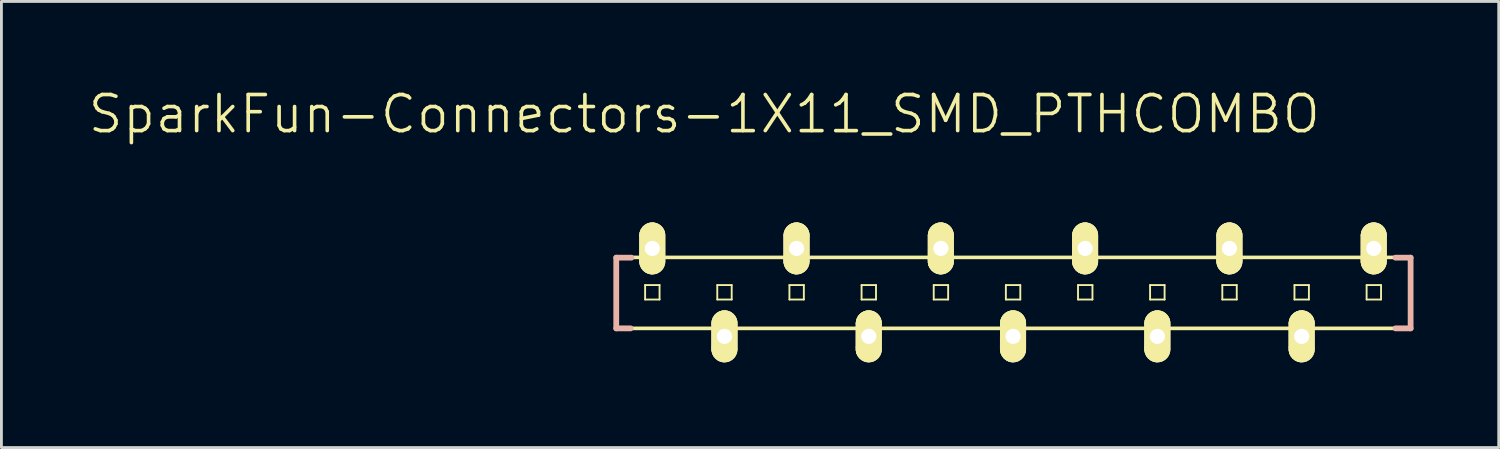
<source format=kicad_pcb>
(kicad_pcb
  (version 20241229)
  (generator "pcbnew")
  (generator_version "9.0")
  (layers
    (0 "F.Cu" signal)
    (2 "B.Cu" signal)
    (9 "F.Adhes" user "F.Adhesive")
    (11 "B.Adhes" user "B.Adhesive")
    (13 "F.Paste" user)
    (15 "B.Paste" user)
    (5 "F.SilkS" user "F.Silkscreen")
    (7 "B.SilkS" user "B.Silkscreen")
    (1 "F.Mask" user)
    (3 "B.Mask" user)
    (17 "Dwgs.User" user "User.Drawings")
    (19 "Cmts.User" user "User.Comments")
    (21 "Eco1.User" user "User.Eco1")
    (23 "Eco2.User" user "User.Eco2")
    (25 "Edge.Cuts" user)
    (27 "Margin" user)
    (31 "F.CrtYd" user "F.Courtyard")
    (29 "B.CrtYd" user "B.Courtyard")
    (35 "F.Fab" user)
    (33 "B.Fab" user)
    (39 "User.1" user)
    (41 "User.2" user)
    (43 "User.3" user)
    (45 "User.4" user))
  (footprint "SparkFun-Connectors-1X11_SMD_PTHCOMBO"
    (layer "F.Cu")
    (at 19.915 7.24)
    (property "Reference" "SparkFun-Connectors-1X11_SMD_PTHCOMBO" (at 1.829 -6.274 0) (layer "F.SilkS") (effects (font (size 1.27 1.27) (thickness 0.127))))
    (attr exclude_from_pos_files exclude_from_bom)
    (fp_line (start -1.27 -1.229) (end 26.67 -1.229) (stroke (width 0.127) (type solid)) (layer "F.SilkS"))
    (fp_line (start -1.27 1.27) (end -1.27 -1.229) (stroke (width 0.127) (type solid)) (layer "F.SilkS"))
    (fp_line (start -1.27 1.27) (end 26.67 1.27) (stroke (width 0.127) (type solid)) (layer "F.SilkS"))
    (fp_line (start -0.399 -1.148) (end -0.396 -1.057) (stroke (width 0.127) (type solid)) (layer "F.SilkS"))
    (fp_line (start -0.396 -2.004) (end -0.399 -1.148) (stroke (width 0.127) (type solid)) (layer "F.SilkS"))
    (fp_line (start -0.396 -1.057) (end -0.376 -0.965) (stroke (width 0.127) (type solid)) (layer "F.SilkS"))
    (fp_line (start -0.384 -2.093) (end -0.396 -2.004) (stroke (width 0.127) (type solid)) (layer "F.SilkS"))
    (fp_line (start -0.376 -0.965) (end -0.333 -0.884) (stroke (width 0.127) (type solid)) (layer "F.SilkS"))
    (fp_line (start -0.351 -2.177) (end -0.384 -2.093) (stroke (width 0.127) (type solid)) (layer "F.SilkS"))
    (fp_line (start -0.333 -0.884) (end -0.274 -0.81) (stroke (width 0.127) (type solid)) (layer "F.SilkS"))
    (fp_line (start -0.3 -2.253) (end -0.351 -2.177) (stroke (width 0.127) (type solid)) (layer "F.SilkS"))
    (fp_line (start -0.274 -0.81) (end -0.201 -0.754) (stroke (width 0.127) (type solid)) (layer "F.SilkS"))
    (fp_line (start -0.254 -0.254) (end 0.254 -0.254) (stroke (width 0.066) (type solid)) (layer "F.SilkS"))
    (fp_line (start -0.254 0.254) (end -0.254 -0.254) (stroke (width 0.066) (type solid)) (layer "F.SilkS"))
    (fp_line (start -0.254 0.254) (end 0.254 0.254) (stroke (width 0.066) (type solid)) (layer "F.SilkS"))
    (fp_line (start -0.234 -2.314) (end -0.3 -2.253) (stroke (width 0.127) (type solid)) (layer "F.SilkS"))
    (fp_line (start -0.201 -0.754) (end -0.117 -0.714) (stroke (width 0.127) (type solid)) (layer "F.SilkS"))
    (fp_line (start -0.155 -2.36) (end -0.234 -2.314) (stroke (width 0.127) (type solid)) (layer "F.SilkS"))
    (fp_line (start -0.117 -0.714) (end -0.028 -0.696) (stroke (width 0.127) (type solid)) (layer "F.SilkS"))
    (fp_line (start -0.069 -2.388) (end -0.155 -2.36) (stroke (width 0.127) (type solid)) (layer "F.SilkS"))
    (fp_line (start -0.028 -0.696) (end 0.061 -0.704) (stroke (width 0.127) (type solid)) (layer "F.SilkS"))
    (fp_line (start 0.02 -2.395) (end -0.069 -2.388) (stroke (width 0.127) (type solid)) (layer "F.SilkS"))
    (fp_line (start 0.061 -0.704) (end 0.15 -0.732) (stroke (width 0.127) (type solid)) (layer "F.SilkS"))
    (fp_line (start 0.107 -2.377) (end 0.02 -2.395) (stroke (width 0.127) (type solid)) (layer "F.SilkS"))
    (fp_line (start 0.15 -0.732) (end 0.229 -0.78) (stroke (width 0.127) (type solid)) (layer "F.SilkS"))
    (fp_line (start 0.188 -2.344) (end 0.107 -2.377) (stroke (width 0.127) (type solid)) (layer "F.SilkS"))
    (fp_line (start 0.229 -0.78) (end 0.295 -0.843) (stroke (width 0.127) (type solid)) (layer "F.SilkS"))
    (fp_line (start 0.254 0.254) (end 0.254 -0.254) (stroke (width 0.066) (type solid)) (layer "F.SilkS"))
    (fp_line (start 0.259 -2.291) (end 0.188 -2.344) (stroke (width 0.127) (type solid)) (layer "F.SilkS"))
    (fp_line (start 0.295 -0.843) (end 0.343 -0.922) (stroke (width 0.127) (type solid)) (layer "F.SilkS"))
    (fp_line (start 0.318 -2.225) (end 0.259 -2.291) (stroke (width 0.127) (type solid)) (layer "F.SilkS"))
    (fp_line (start 0.343 -0.922) (end 0.376 -1.008) (stroke (width 0.127) (type solid)) (layer "F.SilkS"))
    (fp_line (start 0.358 -2.149) (end 0.318 -2.225) (stroke (width 0.127) (type solid)) (layer "F.SilkS"))
    (fp_line (start 0.376 -1.008) (end 0.386 -1.097) (stroke (width 0.127) (type solid)) (layer "F.SilkS"))
    (fp_line (start 0.384 -2.062) (end 0.358 -2.149) (stroke (width 0.127) (type solid)) (layer "F.SilkS"))
    (fp_line (start 0.386 -1.976) (end 0.384 -2.062) (stroke (width 0.127) (type solid)) (layer "F.SilkS"))
    (fp_line (start 0.386 -1.097) (end 0.386 -1.976) (stroke (width 0.127) (type solid)) (layer "F.SilkS"))
    (fp_line (start 2.141 1.946) (end 2.144 2.037) (stroke (width 0.127) (type solid)) (layer "F.SilkS"))
    (fp_line (start 2.144 1.09) (end 2.141 1.946) (stroke (width 0.127) (type solid)) (layer "F.SilkS"))
    (fp_line (start 2.144 2.037) (end 2.164 2.129) (stroke (width 0.127) (type solid)) (layer "F.SilkS"))
    (fp_line (start 2.156 1.001) (end 2.144 1.09) (stroke (width 0.127) (type solid)) (layer "F.SilkS"))
    (fp_line (start 2.164 2.129) (end 2.207 2.21) (stroke (width 0.127) (type solid)) (layer "F.SilkS"))
    (fp_line (start 2.189 0.917) (end 2.156 1.001) (stroke (width 0.127) (type solid)) (layer "F.SilkS"))
    (fp_line (start 2.207 2.21) (end 2.266 2.283) (stroke (width 0.127) (type solid)) (layer "F.SilkS"))
    (fp_line (start 2.24 0.841) (end 2.189 0.917) (stroke (width 0.127) (type solid)) (layer "F.SilkS"))
    (fp_line (start 2.266 2.283) (end 2.339 2.339) (stroke (width 0.127) (type solid)) (layer "F.SilkS"))
    (fp_line (start 2.286 -0.254) (end 2.794 -0.254) (stroke (width 0.066) (type solid)) (layer "F.SilkS"))
    (fp_line (start 2.286 0.254) (end 2.286 -0.254) (stroke (width 0.066) (type solid)) (layer "F.SilkS"))
    (fp_line (start 2.286 0.254) (end 2.794 0.254) (stroke (width 0.066) (type solid)) (layer "F.SilkS"))
    (fp_line (start 2.306 0.78) (end 2.24 0.841) (stroke (width 0.127) (type solid)) (layer "F.SilkS"))
    (fp_line (start 2.339 2.339) (end 2.423 2.38) (stroke (width 0.127) (type solid)) (layer "F.SilkS"))
    (fp_line (start 2.385 0.734) (end 2.306 0.78) (stroke (width 0.127) (type solid)) (layer "F.SilkS"))
    (fp_line (start 2.423 2.38) (end 2.512 2.398) (stroke (width 0.127) (type solid)) (layer "F.SilkS"))
    (fp_line (start 2.471 0.706) (end 2.385 0.734) (stroke (width 0.127) (type solid)) (layer "F.SilkS"))
    (fp_line (start 2.512 2.398) (end 2.603 2.39) (stroke (width 0.127) (type solid)) (layer "F.SilkS"))
    (fp_line (start 2.563 0.699) (end 2.471 0.706) (stroke (width 0.127) (type solid)) (layer "F.SilkS"))
    (fp_line (start 2.603 2.39) (end 2.692 2.362) (stroke (width 0.127) (type solid)) (layer "F.SilkS"))
    (fp_line (start 2.649 0.716) (end 2.563 0.699) (stroke (width 0.127) (type solid)) (layer "F.SilkS"))
    (fp_line (start 2.692 2.362) (end 2.771 2.314) (stroke (width 0.127) (type solid)) (layer "F.SilkS"))
    (fp_line (start 2.731 0.749) (end 2.649 0.716) (stroke (width 0.127) (type solid)) (layer "F.SilkS"))
    (fp_line (start 2.771 2.314) (end 2.837 2.25) (stroke (width 0.127) (type solid)) (layer "F.SilkS"))
    (fp_line (start 2.794 0.254) (end 2.794 -0.254) (stroke (width 0.066) (type solid)) (layer "F.SilkS"))
    (fp_line (start 2.802 0.803) (end 2.731 0.749) (stroke (width 0.127) (type solid)) (layer "F.SilkS"))
    (fp_line (start 2.837 2.25) (end 2.885 2.172) (stroke (width 0.127) (type solid)) (layer "F.SilkS"))
    (fp_line (start 2.86 0.869) (end 2.802 0.803) (stroke (width 0.127) (type solid)) (layer "F.SilkS"))
    (fp_line (start 2.885 2.172) (end 2.918 2.085) (stroke (width 0.127) (type solid)) (layer "F.SilkS"))
    (fp_line (start 2.901 0.945) (end 2.86 0.869) (stroke (width 0.127) (type solid)) (layer "F.SilkS"))
    (fp_line (start 2.918 2.085) (end 2.929 1.996) (stroke (width 0.127) (type solid)) (layer "F.SilkS"))
    (fp_line (start 2.926 1.031) (end 2.901 0.945) (stroke (width 0.127) (type solid)) (layer "F.SilkS"))
    (fp_line (start 2.929 1.118) (end 2.926 1.031) (stroke (width 0.127) (type solid)) (layer "F.SilkS"))
    (fp_line (start 2.929 1.996) (end 2.929 1.118) (stroke (width 0.127) (type solid)) (layer "F.SilkS"))
    (fp_line (start 4.679 -1.148) (end 4.681 -1.057) (stroke (width 0.127) (type solid)) (layer "F.SilkS"))
    (fp_line (start 4.681 -2.004) (end 4.679 -1.148) (stroke (width 0.127) (type solid)) (layer "F.SilkS"))
    (fp_line (start 4.681 -1.057) (end 4.702 -0.965) (stroke (width 0.127) (type solid)) (layer "F.SilkS"))
    (fp_line (start 4.694 -2.093) (end 4.681 -2.004) (stroke (width 0.127) (type solid)) (layer "F.SilkS"))
    (fp_line (start 4.702 -0.965) (end 4.745 -0.884) (stroke (width 0.127) (type solid)) (layer "F.SilkS"))
    (fp_line (start 4.727 -2.177) (end 4.694 -2.093) (stroke (width 0.127) (type solid)) (layer "F.SilkS"))
    (fp_line (start 4.745 -0.884) (end 4.803 -0.81) (stroke (width 0.127) (type solid)) (layer "F.SilkS"))
    (fp_line (start 4.778 -2.253) (end 4.727 -2.177) (stroke (width 0.127) (type solid)) (layer "F.SilkS"))
    (fp_line (start 4.803 -0.81) (end 4.877 -0.754) (stroke (width 0.127) (type solid)) (layer "F.SilkS"))
    (fp_line (start 4.826 -0.254) (end 5.334 -0.254) (stroke (width 0.066) (type solid)) (layer "F.SilkS"))
    (fp_line (start 4.826 0.254) (end 4.826 -0.254) (stroke (width 0.066) (type solid)) (layer "F.SilkS"))
    (fp_line (start 4.826 0.254) (end 5.334 0.254) (stroke (width 0.066) (type solid)) (layer "F.SilkS"))
    (fp_line (start 4.844 -2.314) (end 4.778 -2.253) (stroke (width 0.127) (type solid)) (layer "F.SilkS"))
    (fp_line (start 4.877 -0.754) (end 4.961 -0.714) (stroke (width 0.127) (type solid)) (layer "F.SilkS"))
    (fp_line (start 4.923 -2.36) (end 4.844 -2.314) (stroke (width 0.127) (type solid)) (layer "F.SilkS"))
    (fp_line (start 4.961 -0.714) (end 5.05 -0.696) (stroke (width 0.127) (type solid)) (layer "F.SilkS"))
    (fp_line (start 5.009 -2.388) (end 4.923 -2.36) (stroke (width 0.127) (type solid)) (layer "F.SilkS"))
    (fp_line (start 5.05 -0.696) (end 5.141 -0.704) (stroke (width 0.127) (type solid)) (layer "F.SilkS"))
    (fp_line (start 5.1 -2.395) (end 5.009 -2.388) (stroke (width 0.127) (type solid)) (layer "F.SilkS"))
    (fp_line (start 5.141 -0.704) (end 5.23 -0.732) (stroke (width 0.127) (type solid)) (layer "F.SilkS"))
    (fp_line (start 5.187 -2.377) (end 5.1 -2.395) (stroke (width 0.127) (type solid)) (layer "F.SilkS"))
    (fp_line (start 5.23 -0.732) (end 5.309 -0.78) (stroke (width 0.127) (type solid)) (layer "F.SilkS"))
    (fp_line (start 5.268 -2.344) (end 5.187 -2.377) (stroke (width 0.127) (type solid)) (layer "F.SilkS"))
    (fp_line (start 5.309 -0.78) (end 5.375 -0.843) (stroke (width 0.127) (type solid)) (layer "F.SilkS"))
    (fp_line (start 5.334 0.254) (end 5.334 -0.254) (stroke (width 0.066) (type solid)) (layer "F.SilkS"))
    (fp_line (start 5.339 -2.291) (end 5.268 -2.344) (stroke (width 0.127) (type solid)) (layer "F.SilkS"))
    (fp_line (start 5.375 -0.843) (end 5.423 -0.922) (stroke (width 0.127) (type solid)) (layer "F.SilkS"))
    (fp_line (start 5.397 -2.225) (end 5.339 -2.291) (stroke (width 0.127) (type solid)) (layer "F.SilkS"))
    (fp_line (start 5.423 -0.922) (end 5.456 -1.008) (stroke (width 0.127) (type solid)) (layer "F.SilkS"))
    (fp_line (start 5.438 -2.149) (end 5.397 -2.225) (stroke (width 0.127) (type solid)) (layer "F.SilkS"))
    (fp_line (start 5.456 -1.008) (end 5.466 -1.097) (stroke (width 0.127) (type solid)) (layer "F.SilkS"))
    (fp_line (start 5.464 -2.062) (end 5.438 -2.149) (stroke (width 0.127) (type solid)) (layer "F.SilkS"))
    (fp_line (start 5.466 -1.976) (end 5.464 -2.062) (stroke (width 0.127) (type solid)) (layer "F.SilkS"))
    (fp_line (start 5.466 -1.097) (end 5.466 -1.976) (stroke (width 0.127) (type solid)) (layer "F.SilkS"))
    (fp_line (start 7.221 1.946) (end 7.224 2.037) (stroke (width 0.127) (type solid)) (layer "F.SilkS"))
    (fp_line (start 7.224 1.09) (end 7.221 1.946) (stroke (width 0.127) (type solid)) (layer "F.SilkS"))
    (fp_line (start 7.224 2.037) (end 7.244 2.129) (stroke (width 0.127) (type solid)) (layer "F.SilkS"))
    (fp_line (start 7.236 1.001) (end 7.224 1.09) (stroke (width 0.127) (type solid)) (layer "F.SilkS"))
    (fp_line (start 7.244 2.129) (end 7.287 2.21) (stroke (width 0.127) (type solid)) (layer "F.SilkS"))
    (fp_line (start 7.269 0.917) (end 7.236 1.001) (stroke (width 0.127) (type solid)) (layer "F.SilkS"))
    (fp_line (start 7.287 2.21) (end 7.346 2.283) (stroke (width 0.127) (type solid)) (layer "F.SilkS"))
    (fp_line (start 7.32 0.841) (end 7.269 0.917) (stroke (width 0.127) (type solid)) (layer "F.SilkS"))
    (fp_line (start 7.346 2.283) (end 7.419 2.339) (stroke (width 0.127) (type solid)) (layer "F.SilkS"))
    (fp_line (start 7.366 -0.254) (end 7.874 -0.254) (stroke (width 0.066) (type solid)) (layer "F.SilkS"))
    (fp_line (start 7.366 0.254) (end 7.366 -0.254) (stroke (width 0.066) (type solid)) (layer "F.SilkS"))
    (fp_line (start 7.366 0.254) (end 7.874 0.254) (stroke (width 0.066) (type solid)) (layer "F.SilkS"))
    (fp_line (start 7.386 0.78) (end 7.32 0.841) (stroke (width 0.127) (type solid)) (layer "F.SilkS"))
    (fp_line (start 7.419 2.339) (end 7.503 2.38) (stroke (width 0.127) (type solid)) (layer "F.SilkS"))
    (fp_line (start 7.465 0.734) (end 7.386 0.78) (stroke (width 0.127) (type solid)) (layer "F.SilkS"))
    (fp_line (start 7.503 2.38) (end 7.592 2.398) (stroke (width 0.127) (type solid)) (layer "F.SilkS"))
    (fp_line (start 7.551 0.706) (end 7.465 0.734) (stroke (width 0.127) (type solid)) (layer "F.SilkS"))
    (fp_line (start 7.592 2.398) (end 7.684 2.39) (stroke (width 0.127) (type solid)) (layer "F.SilkS"))
    (fp_line (start 7.643 0.699) (end 7.551 0.706) (stroke (width 0.127) (type solid)) (layer "F.SilkS"))
    (fp_line (start 7.684 2.39) (end 7.772 2.362) (stroke (width 0.127) (type solid)) (layer "F.SilkS"))
    (fp_line (start 7.729 0.716) (end 7.643 0.699) (stroke (width 0.127) (type solid)) (layer "F.SilkS"))
    (fp_line (start 7.772 2.362) (end 7.851 2.314) (stroke (width 0.127) (type solid)) (layer "F.SilkS"))
    (fp_line (start 7.811 0.749) (end 7.729 0.716) (stroke (width 0.127) (type solid)) (layer "F.SilkS"))
    (fp_line (start 7.851 2.314) (end 7.917 2.25) (stroke (width 0.127) (type solid)) (layer "F.SilkS"))
    (fp_line (start 7.874 0.254) (end 7.874 -0.254) (stroke (width 0.066) (type solid)) (layer "F.SilkS"))
    (fp_line (start 7.882 0.803) (end 7.811 0.749) (stroke (width 0.127) (type solid)) (layer "F.SilkS"))
    (fp_line (start 7.917 2.25) (end 7.965 2.172) (stroke (width 0.127) (type solid)) (layer "F.SilkS"))
    (fp_line (start 7.94 0.869) (end 7.882 0.803) (stroke (width 0.127) (type solid)) (layer "F.SilkS"))
    (fp_line (start 7.965 2.172) (end 7.998 2.085) (stroke (width 0.127) (type solid)) (layer "F.SilkS"))
    (fp_line (start 7.981 0.945) (end 7.94 0.869) (stroke (width 0.127) (type solid)) (layer "F.SilkS"))
    (fp_line (start 7.998 2.085) (end 8.009 1.996) (stroke (width 0.127) (type solid)) (layer "F.SilkS"))
    (fp_line (start 8.006 1.031) (end 7.981 0.945) (stroke (width 0.127) (type solid)) (layer "F.SilkS"))
    (fp_line (start 8.009 1.118) (end 8.006 1.031) (stroke (width 0.127) (type solid)) (layer "F.SilkS"))
    (fp_line (start 8.009 1.996) (end 8.009 1.118) (stroke (width 0.127) (type solid)) (layer "F.SilkS"))
    (fp_line (start 9.759 -1.148) (end 9.761 -1.057) (stroke (width 0.127) (type solid)) (layer "F.SilkS"))
    (fp_line (start 9.761 -2.004) (end 9.759 -1.148) (stroke (width 0.127) (type solid)) (layer "F.SilkS"))
    (fp_line (start 9.761 -1.057) (end 9.782 -0.965) (stroke (width 0.127) (type solid)) (layer "F.SilkS"))
    (fp_line (start 9.774 -2.093) (end 9.761 -2.004) (stroke (width 0.127) (type solid)) (layer "F.SilkS"))
    (fp_line (start 9.782 -0.965) (end 9.825 -0.884) (stroke (width 0.127) (type solid)) (layer "F.SilkS"))
    (fp_line (start 9.807 -2.177) (end 9.774 -2.093) (stroke (width 0.127) (type solid)) (layer "F.SilkS"))
    (fp_line (start 9.825 -0.884) (end 9.883 -0.81) (stroke (width 0.127) (type solid)) (layer "F.SilkS"))
    (fp_line (start 9.858 -2.253) (end 9.807 -2.177) (stroke (width 0.127) (type solid)) (layer "F.SilkS"))
    (fp_line (start 9.883 -0.81) (end 9.957 -0.754) (stroke (width 0.127) (type solid)) (layer "F.SilkS"))
    (fp_line (start 9.906 -0.254) (end 10.414 -0.254) (stroke (width 0.066) (type solid)) (layer "F.SilkS"))
    (fp_line (start 9.906 0.254) (end 9.906 -0.254) (stroke (width 0.066) (type solid)) (layer "F.SilkS"))
    (fp_line (start 9.906 0.254) (end 10.414 0.254) (stroke (width 0.066) (type solid)) (layer "F.SilkS"))
    (fp_line (start 9.924 -2.314) (end 9.858 -2.253) (stroke (width 0.127) (type solid)) (layer "F.SilkS"))
    (fp_line (start 9.957 -0.754) (end 10.041 -0.714) (stroke (width 0.127) (type solid)) (layer "F.SilkS"))
    (fp_line (start 10.003 -2.36) (end 9.924 -2.314) (stroke (width 0.127) (type solid)) (layer "F.SilkS"))
    (fp_line (start 10.041 -0.714) (end 10.13 -0.696) (stroke (width 0.127) (type solid)) (layer "F.SilkS"))
    (fp_line (start 10.089 -2.388) (end 10.003 -2.36) (stroke (width 0.127) (type solid)) (layer "F.SilkS"))
    (fp_line (start 10.13 -0.696) (end 10.221 -0.704) (stroke (width 0.127) (type solid)) (layer "F.SilkS"))
    (fp_line (start 10.18 -2.395) (end 10.089 -2.388) (stroke (width 0.127) (type solid)) (layer "F.SilkS"))
    (fp_line (start 10.221 -0.704) (end 10.31 -0.732) (stroke (width 0.127) (type solid)) (layer "F.SilkS"))
    (fp_line (start 10.267 -2.377) (end 10.18 -2.395) (stroke (width 0.127) (type solid)) (layer "F.SilkS"))
    (fp_line (start 10.31 -0.732) (end 10.389 -0.78) (stroke (width 0.127) (type solid)) (layer "F.SilkS"))
    (fp_line (start 10.348 -2.344) (end 10.267 -2.377) (stroke (width 0.127) (type solid)) (layer "F.SilkS"))
    (fp_line (start 10.389 -0.78) (end 10.455 -0.843) (stroke (width 0.127) (type solid)) (layer "F.SilkS"))
    (fp_line (start 10.414 0.254) (end 10.414 -0.254) (stroke (width 0.066) (type solid)) (layer "F.SilkS"))
    (fp_line (start 10.419 -2.291) (end 10.348 -2.344) (stroke (width 0.127) (type solid)) (layer "F.SilkS"))
    (fp_line (start 10.455 -0.843) (end 10.503 -0.922) (stroke (width 0.127) (type solid)) (layer "F.SilkS"))
    (fp_line (start 10.477 -2.225) (end 10.419 -2.291) (stroke (width 0.127) (type solid)) (layer "F.SilkS"))
    (fp_line (start 10.503 -0.922) (end 10.536 -1.008) (stroke (width 0.127) (type solid)) (layer "F.SilkS"))
    (fp_line (start 10.518 -2.149) (end 10.477 -2.225) (stroke (width 0.127) (type solid)) (layer "F.SilkS"))
    (fp_line (start 10.536 -1.008) (end 10.546 -1.097) (stroke (width 0.127) (type solid)) (layer "F.SilkS"))
    (fp_line (start 10.544 -2.062) (end 10.518 -2.149) (stroke (width 0.127) (type solid)) (layer "F.SilkS"))
    (fp_line (start 10.546 -1.976) (end 10.544 -2.062) (stroke (width 0.127) (type solid)) (layer "F.SilkS"))
    (fp_line (start 10.546 -1.097) (end 10.546 -1.976) (stroke (width 0.127) (type solid)) (layer "F.SilkS"))
    (fp_line (start 12.301 1.946) (end 12.304 2.037) (stroke (width 0.127) (type solid)) (layer "F.SilkS"))
    (fp_line (start 12.304 1.09) (end 12.301 1.946) (stroke (width 0.127) (type solid)) (layer "F.SilkS"))
    (fp_line (start 12.304 2.037) (end 12.324 2.129) (stroke (width 0.127) (type solid)) (layer "F.SilkS"))
    (fp_line (start 12.316 1.001) (end 12.304 1.09) (stroke (width 0.127) (type solid)) (layer "F.SilkS"))
    (fp_line (start 12.324 2.129) (end 12.367 2.21) (stroke (width 0.127) (type solid)) (layer "F.SilkS"))
    (fp_line (start 12.349 0.917) (end 12.316 1.001) (stroke (width 0.127) (type solid)) (layer "F.SilkS"))
    (fp_line (start 12.367 2.21) (end 12.426 2.283) (stroke (width 0.127) (type solid)) (layer "F.SilkS"))
    (fp_line (start 12.4 0.841) (end 12.349 0.917) (stroke (width 0.127) (type solid)) (layer "F.SilkS"))
    (fp_line (start 12.426 2.283) (end 12.499 2.339) (stroke (width 0.127) (type solid)) (layer "F.SilkS"))
    (fp_line (start 12.446 -0.254) (end 12.954 -0.254) (stroke (width 0.066) (type solid)) (layer "F.SilkS"))
    (fp_line (start 12.446 0.254) (end 12.446 -0.254) (stroke (width 0.066) (type solid)) (layer "F.SilkS"))
    (fp_line (start 12.446 0.254) (end 12.954 0.254) (stroke (width 0.066) (type solid)) (layer "F.SilkS"))
    (fp_line (start 12.466 0.78) (end 12.4 0.841) (stroke (width 0.127) (type solid)) (layer "F.SilkS"))
    (fp_line (start 12.499 2.339) (end 12.583 2.38) (stroke (width 0.127) (type solid)) (layer "F.SilkS"))
    (fp_line (start 12.545 0.734) (end 12.466 0.78) (stroke (width 0.127) (type solid)) (layer "F.SilkS"))
    (fp_line (start 12.583 2.38) (end 12.672 2.398) (stroke (width 0.127) (type solid)) (layer "F.SilkS"))
    (fp_line (start 12.631 0.706) (end 12.545 0.734) (stroke (width 0.127) (type solid)) (layer "F.SilkS"))
    (fp_line (start 12.672 2.398) (end 12.764 2.39) (stroke (width 0.127) (type solid)) (layer "F.SilkS"))
    (fp_line (start 12.723 0.699) (end 12.631 0.706) (stroke (width 0.127) (type solid)) (layer "F.SilkS"))
    (fp_line (start 12.764 2.39) (end 12.852 2.362) (stroke (width 0.127) (type solid)) (layer "F.SilkS"))
    (fp_line (start 12.809 0.716) (end 12.723 0.699) (stroke (width 0.127) (type solid)) (layer "F.SilkS"))
    (fp_line (start 12.852 2.362) (end 12.931 2.314) (stroke (width 0.127) (type solid)) (layer "F.SilkS"))
    (fp_line (start 12.89 0.749) (end 12.809 0.716) (stroke (width 0.127) (type solid)) (layer "F.SilkS"))
    (fp_line (start 12.931 2.314) (end 12.997 2.25) (stroke (width 0.127) (type solid)) (layer "F.SilkS"))
    (fp_line (start 12.954 0.254) (end 12.954 -0.254) (stroke (width 0.066) (type solid)) (layer "F.SilkS"))
    (fp_line (start 12.962 0.803) (end 12.89 0.749) (stroke (width 0.127) (type solid)) (layer "F.SilkS"))
    (fp_line (start 12.997 2.25) (end 13.045 2.172) (stroke (width 0.127) (type solid)) (layer "F.SilkS"))
    (fp_line (start 13.02 0.869) (end 12.962 0.803) (stroke (width 0.127) (type solid)) (layer "F.SilkS"))
    (fp_line (start 13.045 2.172) (end 13.078 2.085) (stroke (width 0.127) (type solid)) (layer "F.SilkS"))
    (fp_line (start 13.061 0.945) (end 13.02 0.869) (stroke (width 0.127) (type solid)) (layer "F.SilkS"))
    (fp_line (start 13.078 2.085) (end 13.089 1.996) (stroke (width 0.127) (type solid)) (layer "F.SilkS"))
    (fp_line (start 13.086 1.031) (end 13.061 0.945) (stroke (width 0.127) (type solid)) (layer "F.SilkS"))
    (fp_line (start 13.089 1.118) (end 13.086 1.031) (stroke (width 0.127) (type solid)) (layer "F.SilkS"))
    (fp_line (start 13.089 1.996) (end 13.089 1.118) (stroke (width 0.127) (type solid)) (layer "F.SilkS"))
    (fp_line (start 14.839 -1.148) (end 14.841 -1.057) (stroke (width 0.127) (type solid)) (layer "F.SilkS"))
    (fp_line (start 14.841 -2.004) (end 14.839 -1.148) (stroke (width 0.127) (type solid)) (layer "F.SilkS"))
    (fp_line (start 14.841 -1.057) (end 14.862 -0.965) (stroke (width 0.127) (type solid)) (layer "F.SilkS"))
    (fp_line (start 14.854 -2.093) (end 14.841 -2.004) (stroke (width 0.127) (type solid)) (layer "F.SilkS"))
    (fp_line (start 14.862 -0.965) (end 14.905 -0.884) (stroke (width 0.127) (type solid)) (layer "F.SilkS"))
    (fp_line (start 14.887 -2.177) (end 14.854 -2.093) (stroke (width 0.127) (type solid)) (layer "F.SilkS"))
    (fp_line (start 14.905 -0.884) (end 14.963 -0.81) (stroke (width 0.127) (type solid)) (layer "F.SilkS"))
    (fp_line (start 14.938 -2.253) (end 14.887 -2.177) (stroke (width 0.127) (type solid)) (layer "F.SilkS"))
    (fp_line (start 14.963 -0.81) (end 15.037 -0.754) (stroke (width 0.127) (type solid)) (layer "F.SilkS"))
    (fp_line (start 14.986 -0.254) (end 15.494 -0.254) (stroke (width 0.066) (type solid)) (layer "F.SilkS"))
    (fp_line (start 14.986 0.254) (end 14.986 -0.254) (stroke (width 0.066) (type solid)) (layer "F.SilkS"))
    (fp_line (start 14.986 0.254) (end 15.494 0.254) (stroke (width 0.066) (type solid)) (layer "F.SilkS"))
    (fp_line (start 15.004 -2.314) (end 14.938 -2.253) (stroke (width 0.127) (type solid)) (layer "F.SilkS"))
    (fp_line (start 15.037 -0.754) (end 15.121 -0.714) (stroke (width 0.127) (type solid)) (layer "F.SilkS"))
    (fp_line (start 15.083 -2.36) (end 15.004 -2.314) (stroke (width 0.127) (type solid)) (layer "F.SilkS"))
    (fp_line (start 15.121 -0.714) (end 15.21 -0.696) (stroke (width 0.127) (type solid)) (layer "F.SilkS"))
    (fp_line (start 15.169 -2.388) (end 15.083 -2.36) (stroke (width 0.127) (type solid)) (layer "F.SilkS"))
    (fp_line (start 15.21 -0.696) (end 15.301 -0.704) (stroke (width 0.127) (type solid)) (layer "F.SilkS"))
    (fp_line (start 15.26 -2.395) (end 15.169 -2.388) (stroke (width 0.127) (type solid)) (layer "F.SilkS"))
    (fp_line (start 15.301 -0.704) (end 15.39 -0.732) (stroke (width 0.127) (type solid)) (layer "F.SilkS"))
    (fp_line (start 15.347 -2.377) (end 15.26 -2.395) (stroke (width 0.127) (type solid)) (layer "F.SilkS"))
    (fp_line (start 15.39 -0.732) (end 15.469 -0.78) (stroke (width 0.127) (type solid)) (layer "F.SilkS"))
    (fp_line (start 15.428 -2.344) (end 15.347 -2.377) (stroke (width 0.127) (type solid)) (layer "F.SilkS"))
    (fp_line (start 15.469 -0.78) (end 15.535 -0.843) (stroke (width 0.127) (type solid)) (layer "F.SilkS"))
    (fp_line (start 15.494 0.254) (end 15.494 -0.254) (stroke (width 0.066) (type solid)) (layer "F.SilkS"))
    (fp_line (start 15.499 -2.291) (end 15.428 -2.344) (stroke (width 0.127) (type solid)) (layer "F.SilkS"))
    (fp_line (start 15.535 -0.843) (end 15.583 -0.922) (stroke (width 0.127) (type solid)) (layer "F.SilkS"))
    (fp_line (start 15.557 -2.225) (end 15.499 -2.291) (stroke (width 0.127) (type solid)) (layer "F.SilkS"))
    (fp_line (start 15.583 -0.922) (end 15.616 -1.008) (stroke (width 0.127) (type solid)) (layer "F.SilkS"))
    (fp_line (start 15.598 -2.149) (end 15.557 -2.225) (stroke (width 0.127) (type solid)) (layer "F.SilkS"))
    (fp_line (start 15.616 -1.008) (end 15.626 -1.097) (stroke (width 0.127) (type solid)) (layer "F.SilkS"))
    (fp_line (start 15.624 -2.062) (end 15.598 -2.149) (stroke (width 0.127) (type solid)) (layer "F.SilkS"))
    (fp_line (start 15.626 -1.976) (end 15.624 -2.062) (stroke (width 0.127) (type solid)) (layer "F.SilkS"))
    (fp_line (start 15.626 -1.097) (end 15.626 -1.976) (stroke (width 0.127) (type solid)) (layer "F.SilkS"))
    (fp_line (start 17.381 1.946) (end 17.384 2.037) (stroke (width 0.127) (type solid)) (layer "F.SilkS"))
    (fp_line (start 17.384 1.09) (end 17.381 1.946) (stroke (width 0.127) (type solid)) (layer "F.SilkS"))
    (fp_line (start 17.384 2.037) (end 17.404 2.129) (stroke (width 0.127) (type solid)) (layer "F.SilkS"))
    (fp_line (start 17.396 1.001) (end 17.384 1.09) (stroke (width 0.127) (type solid)) (layer "F.SilkS"))
    (fp_line (start 17.404 2.129) (end 17.447 2.21) (stroke (width 0.127) (type solid)) (layer "F.SilkS"))
    (fp_line (start 17.429 0.917) (end 17.396 1.001) (stroke (width 0.127) (type solid)) (layer "F.SilkS"))
    (fp_line (start 17.447 2.21) (end 17.506 2.283) (stroke (width 0.127) (type solid)) (layer "F.SilkS"))
    (fp_line (start 17.48 0.841) (end 17.429 0.917) (stroke (width 0.127) (type solid)) (layer "F.SilkS"))
    (fp_line (start 17.506 2.283) (end 17.579 2.339) (stroke (width 0.127) (type solid)) (layer "F.SilkS"))
    (fp_line (start 17.523 -0.254) (end 18.034 -0.254) (stroke (width 0.066) (type solid)) (layer "F.SilkS"))
    (fp_line (start 17.523 0.254) (end 17.523 -0.254) (stroke (width 0.066) (type solid)) (layer "F.SilkS"))
    (fp_line (start 17.523 0.254) (end 18.034 0.254) (stroke (width 0.066) (type solid)) (layer "F.SilkS"))
    (fp_line (start 17.546 0.78) (end 17.48 0.841) (stroke (width 0.127) (type solid)) (layer "F.SilkS"))
    (fp_line (start 17.579 2.339) (end 17.663 2.38) (stroke (width 0.127) (type solid)) (layer "F.SilkS"))
    (fp_line (start 17.625 0.734) (end 17.546 0.78) (stroke (width 0.127) (type solid)) (layer "F.SilkS"))
    (fp_line (start 17.663 2.38) (end 17.752 2.398) (stroke (width 0.127) (type solid)) (layer "F.SilkS"))
    (fp_line (start 17.711 0.706) (end 17.625 0.734) (stroke (width 0.127) (type solid)) (layer "F.SilkS"))
    (fp_line (start 17.752 2.398) (end 17.843 2.39) (stroke (width 0.127) (type solid)) (layer "F.SilkS"))
    (fp_line (start 17.803 0.699) (end 17.711 0.706) (stroke (width 0.127) (type solid)) (layer "F.SilkS"))
    (fp_line (start 17.843 2.39) (end 17.932 2.362) (stroke (width 0.127) (type solid)) (layer "F.SilkS"))
    (fp_line (start 17.889 0.716) (end 17.803 0.699) (stroke (width 0.127) (type solid)) (layer "F.SilkS"))
    (fp_line (start 17.932 2.362) (end 18.011 2.314) (stroke (width 0.127) (type solid)) (layer "F.SilkS"))
    (fp_line (start 17.971 0.749) (end 17.889 0.716) (stroke (width 0.127) (type solid)) (layer "F.SilkS"))
    (fp_line (start 18.011 2.314) (end 18.077 2.25) (stroke (width 0.127) (type solid)) (layer "F.SilkS"))
    (fp_line (start 18.034 0.254) (end 18.034 -0.254) (stroke (width 0.066) (type solid)) (layer "F.SilkS"))
    (fp_line (start 18.042 0.803) (end 17.971 0.749) (stroke (width 0.127) (type solid)) (layer "F.SilkS"))
    (fp_line (start 18.077 2.25) (end 18.125 2.172) (stroke (width 0.127) (type solid)) (layer "F.SilkS"))
    (fp_line (start 18.1 0.869) (end 18.042 0.803) (stroke (width 0.127) (type solid)) (layer "F.SilkS"))
    (fp_line (start 18.125 2.172) (end 18.158 2.085) (stroke (width 0.127) (type solid)) (layer "F.SilkS"))
    (fp_line (start 18.141 0.945) (end 18.1 0.869) (stroke (width 0.127) (type solid)) (layer "F.SilkS"))
    (fp_line (start 18.158 2.085) (end 18.169 1.996) (stroke (width 0.127) (type solid)) (layer "F.SilkS"))
    (fp_line (start 18.166 1.031) (end 18.141 0.945) (stroke (width 0.127) (type solid)) (layer "F.SilkS"))
    (fp_line (start 18.169 1.118) (end 18.166 1.031) (stroke (width 0.127) (type solid)) (layer "F.SilkS"))
    (fp_line (start 18.169 1.996) (end 18.169 1.118) (stroke (width 0.127) (type solid)) (layer "F.SilkS"))
    (fp_line (start 19.919 -1.148) (end 19.921 -1.057) (stroke (width 0.127) (type solid)) (layer "F.SilkS"))
    (fp_line (start 19.921 -2.004) (end 19.919 -1.148) (stroke (width 0.127) (type solid)) (layer "F.SilkS"))
    (fp_line (start 19.921 -1.057) (end 19.942 -0.965) (stroke (width 0.127) (type solid)) (layer "F.SilkS"))
    (fp_line (start 19.934 -2.093) (end 19.921 -2.004) (stroke (width 0.127) (type solid)) (layer "F.SilkS"))
    (fp_line (start 19.942 -0.965) (end 19.985 -0.884) (stroke (width 0.127) (type solid)) (layer "F.SilkS"))
    (fp_line (start 19.967 -2.177) (end 19.934 -2.093) (stroke (width 0.127) (type solid)) (layer "F.SilkS"))
    (fp_line (start 19.985 -0.884) (end 20.043 -0.81) (stroke (width 0.127) (type solid)) (layer "F.SilkS"))
    (fp_line (start 20.018 -2.253) (end 19.967 -2.177) (stroke (width 0.127) (type solid)) (layer "F.SilkS"))
    (fp_line (start 20.043 -0.81) (end 20.117 -0.754) (stroke (width 0.127) (type solid)) (layer "F.SilkS"))
    (fp_line (start 20.066 -0.254) (end 20.574 -0.254) (stroke (width 0.066) (type solid)) (layer "F.SilkS"))
    (fp_line (start 20.066 0.254) (end 20.066 -0.254) (stroke (width 0.066) (type solid)) (layer "F.SilkS"))
    (fp_line (start 20.066 0.254) (end 20.574 0.254) (stroke (width 0.066) (type solid)) (layer "F.SilkS"))
    (fp_line (start 20.084 -2.314) (end 20.018 -2.253) (stroke (width 0.127) (type solid)) (layer "F.SilkS"))
    (fp_line (start 20.117 -0.754) (end 20.201 -0.714) (stroke (width 0.127) (type solid)) (layer "F.SilkS"))
    (fp_line (start 20.163 -2.36) (end 20.084 -2.314) (stroke (width 0.127) (type solid)) (layer "F.SilkS"))
    (fp_line (start 20.201 -0.714) (end 20.29 -0.696) (stroke (width 0.127) (type solid)) (layer "F.SilkS"))
    (fp_line (start 20.249 -2.388) (end 20.163 -2.36) (stroke (width 0.127) (type solid)) (layer "F.SilkS"))
    (fp_line (start 20.29 -0.696) (end 20.381 -0.704) (stroke (width 0.127) (type solid)) (layer "F.SilkS"))
    (fp_line (start 20.34 -2.395) (end 20.249 -2.388) (stroke (width 0.127) (type solid)) (layer "F.SilkS"))
    (fp_line (start 20.381 -0.704) (end 20.47 -0.732) (stroke (width 0.127) (type solid)) (layer "F.SilkS"))
    (fp_line (start 20.427 -2.377) (end 20.34 -2.395) (stroke (width 0.127) (type solid)) (layer "F.SilkS"))
    (fp_line (start 20.47 -0.732) (end 20.549 -0.78) (stroke (width 0.127) (type solid)) (layer "F.SilkS"))
    (fp_line (start 20.508 -2.344) (end 20.427 -2.377) (stroke (width 0.127) (type solid)) (layer "F.SilkS"))
    (fp_line (start 20.549 -0.78) (end 20.615 -0.843) (stroke (width 0.127) (type solid)) (layer "F.SilkS"))
    (fp_line (start 20.574 0.254) (end 20.574 -0.254) (stroke (width 0.066) (type solid)) (layer "F.SilkS"))
    (fp_line (start 20.579 -2.291) (end 20.508 -2.344) (stroke (width 0.127) (type solid)) (layer "F.SilkS"))
    (fp_line (start 20.615 -0.843) (end 20.663 -0.922) (stroke (width 0.127) (type solid)) (layer "F.SilkS"))
    (fp_line (start 20.637 -2.225) (end 20.579 -2.291) (stroke (width 0.127) (type solid)) (layer "F.SilkS"))
    (fp_line (start 20.663 -0.922) (end 20.696 -1.008) (stroke (width 0.127) (type solid)) (layer "F.SilkS"))
    (fp_line (start 20.678 -2.149) (end 20.637 -2.225) (stroke (width 0.127) (type solid)) (layer "F.SilkS"))
    (fp_line (start 20.696 -1.008) (end 20.706 -1.097) (stroke (width 0.127) (type solid)) (layer "F.SilkS"))
    (fp_line (start 20.704 -2.062) (end 20.678 -2.149) (stroke (width 0.127) (type solid)) (layer "F.SilkS"))
    (fp_line (start 20.706 -1.976) (end 20.704 -2.062) (stroke (width 0.127) (type solid)) (layer "F.SilkS"))
    (fp_line (start 20.706 -1.097) (end 20.706 -1.976) (stroke (width 0.127) (type solid)) (layer "F.SilkS"))
    (fp_line (start 22.461 1.946) (end 22.464 2.037) (stroke (width 0.127) (type solid)) (layer "F.SilkS"))
    (fp_line (start 22.464 1.09) (end 22.461 1.946) (stroke (width 0.127) (type solid)) (layer "F.SilkS"))
    (fp_line (start 22.464 2.037) (end 22.484 2.129) (stroke (width 0.127) (type solid)) (layer "F.SilkS"))
    (fp_line (start 22.476 1.001) (end 22.464 1.09) (stroke (width 0.127) (type solid)) (layer "F.SilkS"))
    (fp_line (start 22.484 2.129) (end 22.527 2.21) (stroke (width 0.127) (type solid)) (layer "F.SilkS"))
    (fp_line (start 22.509 0.917) (end 22.476 1.001) (stroke (width 0.127) (type solid)) (layer "F.SilkS"))
    (fp_line (start 22.527 2.21) (end 22.586 2.283) (stroke (width 0.127) (type solid)) (layer "F.SilkS"))
    (fp_line (start 22.56 0.841) (end 22.509 0.917) (stroke (width 0.127) (type solid)) (layer "F.SilkS"))
    (fp_line (start 22.586 2.283) (end 22.659 2.339) (stroke (width 0.127) (type solid)) (layer "F.SilkS"))
    (fp_line (start 22.606 -0.254) (end 23.114 -0.254) (stroke (width 0.066) (type solid)) (layer "F.SilkS"))
    (fp_line (start 22.606 0.254) (end 22.606 -0.254) (stroke (width 0.066) (type solid)) (layer "F.SilkS"))
    (fp_line (start 22.606 0.254) (end 23.114 0.254) (stroke (width 0.066) (type solid)) (layer "F.SilkS"))
    (fp_line (start 22.626 0.78) (end 22.56 0.841) (stroke (width 0.127) (type solid)) (layer "F.SilkS"))
    (fp_line (start 22.659 2.339) (end 22.743 2.38) (stroke (width 0.127) (type solid)) (layer "F.SilkS"))
    (fp_line (start 22.705 0.734) (end 22.626 0.78) (stroke (width 0.127) (type solid)) (layer "F.SilkS"))
    (fp_line (start 22.743 2.38) (end 22.832 2.398) (stroke (width 0.127) (type solid)) (layer "F.SilkS"))
    (fp_line (start 22.791 0.706) (end 22.705 0.734) (stroke (width 0.127) (type solid)) (layer "F.SilkS"))
    (fp_line (start 22.832 2.398) (end 22.924 2.39) (stroke (width 0.127) (type solid)) (layer "F.SilkS"))
    (fp_line (start 22.883 0.699) (end 22.791 0.706) (stroke (width 0.127) (type solid)) (layer "F.SilkS"))
    (fp_line (start 22.924 2.39) (end 23.012 2.362) (stroke (width 0.127) (type solid)) (layer "F.SilkS"))
    (fp_line (start 22.969 0.716) (end 22.883 0.699) (stroke (width 0.127) (type solid)) (layer "F.SilkS"))
    (fp_line (start 23.012 2.362) (end 23.091 2.314) (stroke (width 0.127) (type solid)) (layer "F.SilkS"))
    (fp_line (start 23.05 0.749) (end 22.969 0.716) (stroke (width 0.127) (type solid)) (layer "F.SilkS"))
    (fp_line (start 23.091 2.314) (end 23.157 2.25) (stroke (width 0.127) (type solid)) (layer "F.SilkS"))
    (fp_line (start 23.114 0.254) (end 23.114 -0.254) (stroke (width 0.066) (type solid)) (layer "F.SilkS"))
    (fp_line (start 23.122 0.803) (end 23.05 0.749) (stroke (width 0.127) (type solid)) (layer "F.SilkS"))
    (fp_line (start 23.157 2.25) (end 23.205 2.172) (stroke (width 0.127) (type solid)) (layer "F.SilkS"))
    (fp_line (start 23.18 0.869) (end 23.122 0.803) (stroke (width 0.127) (type solid)) (layer "F.SilkS"))
    (fp_line (start 23.205 2.172) (end 23.238 2.085) (stroke (width 0.127) (type solid)) (layer "F.SilkS"))
    (fp_line (start 23.221 0.945) (end 23.18 0.869) (stroke (width 0.127) (type solid)) (layer "F.SilkS"))
    (fp_line (start 23.238 2.085) (end 23.249 1.996) (stroke (width 0.127) (type solid)) (layer "F.SilkS"))
    (fp_line (start 23.246 1.031) (end 23.221 0.945) (stroke (width 0.127) (type solid)) (layer "F.SilkS"))
    (fp_line (start 23.249 1.118) (end 23.246 1.031) (stroke (width 0.127) (type solid)) (layer "F.SilkS"))
    (fp_line (start 23.249 1.996) (end 23.249 1.118) (stroke (width 0.127) (type solid)) (layer "F.SilkS"))
    (fp_line (start 24.999 -1.148) (end 25.001 -1.057) (stroke (width 0.127) (type solid)) (layer "F.SilkS"))
    (fp_line (start 25.001 -2.004) (end 24.999 -1.148) (stroke (width 0.127) (type solid)) (layer "F.SilkS"))
    (fp_line (start 25.001 -1.057) (end 25.022 -0.965) (stroke (width 0.127) (type solid)) (layer "F.SilkS"))
    (fp_line (start 25.014 -2.093) (end 25.001 -2.004) (stroke (width 0.127) (type solid)) (layer "F.SilkS"))
    (fp_line (start 25.022 -0.965) (end 25.065 -0.884) (stroke (width 0.127) (type solid)) (layer "F.SilkS"))
    (fp_line (start 25.047 -2.177) (end 25.014 -2.093) (stroke (width 0.127) (type solid)) (layer "F.SilkS"))
    (fp_line (start 25.065 -0.884) (end 25.123 -0.81) (stroke (width 0.127) (type solid)) (layer "F.SilkS"))
    (fp_line (start 25.098 -2.253) (end 25.047 -2.177) (stroke (width 0.127) (type solid)) (layer "F.SilkS"))
    (fp_line (start 25.123 -0.81) (end 25.197 -0.754) (stroke (width 0.127) (type solid)) (layer "F.SilkS"))
    (fp_line (start 25.146 -0.254) (end 25.654 -0.254) (stroke (width 0.066) (type solid)) (layer "F.SilkS"))
    (fp_line (start 25.146 0.254) (end 25.146 -0.254) (stroke (width 0.066) (type solid)) (layer "F.SilkS"))
    (fp_line (start 25.146 0.254) (end 25.654 0.254) (stroke (width 0.066) (type solid)) (layer "F.SilkS"))
    (fp_line (start 25.164 -2.314) (end 25.098 -2.253) (stroke (width 0.127) (type solid)) (layer "F.SilkS"))
    (fp_line (start 25.197 -0.754) (end 25.281 -0.714) (stroke (width 0.127) (type solid)) (layer "F.SilkS"))
    (fp_line (start 25.243 -2.36) (end 25.164 -2.314) (stroke (width 0.127) (type solid)) (layer "F.SilkS"))
    (fp_line (start 25.281 -0.714) (end 25.37 -0.696) (stroke (width 0.127) (type solid)) (layer "F.SilkS"))
    (fp_line (start 25.329 -2.388) (end 25.243 -2.36) (stroke (width 0.127) (type solid)) (layer "F.SilkS"))
    (fp_line (start 25.37 -0.696) (end 25.461 -0.704) (stroke (width 0.127) (type solid)) (layer "F.SilkS"))
    (fp_line (start 25.42 -2.395) (end 25.329 -2.388) (stroke (width 0.127) (type solid)) (layer "F.SilkS"))
    (fp_line (start 25.461 -0.704) (end 25.55 -0.732) (stroke (width 0.127) (type solid)) (layer "F.SilkS"))
    (fp_line (start 25.507 -2.377) (end 25.42 -2.395) (stroke (width 0.127) (type solid)) (layer "F.SilkS"))
    (fp_line (start 25.55 -0.732) (end 25.629 -0.78) (stroke (width 0.127) (type solid)) (layer "F.SilkS"))
    (fp_line (start 25.588 -2.344) (end 25.507 -2.377) (stroke (width 0.127) (type solid)) (layer "F.SilkS"))
    (fp_line (start 25.629 -0.78) (end 25.695 -0.843) (stroke (width 0.127) (type solid)) (layer "F.SilkS"))
    (fp_line (start 25.654 0.254) (end 25.654 -0.254) (stroke (width 0.066) (type solid)) (layer "F.SilkS"))
    (fp_line (start 25.659 -2.291) (end 25.588 -2.344) (stroke (width 0.127) (type solid)) (layer "F.SilkS"))
    (fp_line (start 25.695 -0.843) (end 25.743 -0.922) (stroke (width 0.127) (type solid)) (layer "F.SilkS"))
    (fp_line (start 25.718 -2.225) (end 25.659 -2.291) (stroke (width 0.127) (type solid)) (layer "F.SilkS"))
    (fp_line (start 25.743 -0.922) (end 25.776 -1.008) (stroke (width 0.127) (type solid)) (layer "F.SilkS"))
    (fp_line (start 25.758 -2.149) (end 25.718 -2.225) (stroke (width 0.127) (type solid)) (layer "F.SilkS"))
    (fp_line (start 25.776 -1.008) (end 25.786 -1.097) (stroke (width 0.127) (type solid)) (layer "F.SilkS"))
    (fp_line (start 25.784 -2.062) (end 25.758 -2.149) (stroke (width 0.127) (type solid)) (layer "F.SilkS"))
    (fp_line (start 25.786 -1.976) (end 25.784 -2.062) (stroke (width 0.127) (type solid)) (layer "F.SilkS"))
    (fp_line (start 25.786 -1.097) (end 25.786 -1.976) (stroke (width 0.127) (type solid)) (layer "F.SilkS"))
    (fp_line (start 26.67 1.27) (end 26.67 -1.229) (stroke (width 0.127) (type solid)) (layer "F.SilkS"))
    (fp_line (start -1.27 -1.219) (end -1.27 1.27) (stroke (width 0.203) (type solid)) (layer "B.SilkS"))
    (fp_line (start -1.27 1.27) (end -0.762 1.27) (stroke (width 0.203) (type solid)) (layer "B.SilkS"))
    (fp_line (start -0.737 -1.219) (end -1.27 -1.219) (stroke (width 0.203) (type solid)) (layer "B.SilkS"))
    (fp_line (start 26.695 -1.219) (end 26.162 -1.219) (stroke (width 0.203) (type solid)) (layer "B.SilkS"))
    (fp_line (start 26.695 -1.219) (end 26.695 1.27) (stroke (width 0.203) (type solid)) (layer "B.SilkS"))
    (fp_line (start 26.695 1.27) (end 26.162 1.27) (stroke (width 0.203) (type solid)) (layer "B.SilkS"))
    (pad "1" thru_hole oval (at 0 -1.544 180) (size 0.914 1.829) (drill 0.533) (layers "*.Cu" "F.Mask" "F.SilkS" "F.Paste"))
    (pad "2" thru_hole oval (at 2.54 1.552 180) (size 0.914 1.829) (drill 0.533) (layers "*.Cu" "F.Mask" "F.SilkS" "F.Paste"))
    (pad "3" thru_hole oval (at 5.077 -1.544 180) (size 0.914 1.829) (drill 0.533) (layers "*.Cu" "F.Mask" "F.SilkS" "F.Paste"))
    (pad "4" thru_hole oval (at 7.62 1.552 180) (size 0.914 1.829) (drill 0.533) (layers "*.Cu" "F.Mask" "F.SilkS" "F.Paste"))
    (pad "5" thru_hole oval (at 10.157 -1.544 180) (size 0.914 1.829) (drill 0.533) (layers "*.Cu" "F.Mask" "F.SilkS" "F.Paste"))
    (pad "6" thru_hole oval (at 12.7 1.552 180) (size 0.914 1.829) (drill 0.533) (layers "*.Cu" "F.Mask" "F.SilkS" "F.Paste"))
    (pad "7" thru_hole oval (at 15.237 -1.544 180) (size 0.914 1.829) (drill 0.533) (layers "*.Cu" "F.Mask" "F.SilkS" "F.Paste"))
    (pad "8" thru_hole oval (at 17.78 1.552 180) (size 0.914 1.829) (drill 0.533) (layers "*.Cu" "F.Mask" "F.SilkS" "F.Paste"))
    (pad "9" thru_hole oval (at 20.317 -1.544 180) (size 0.914 1.829) (drill 0.533) (layers "*.Cu" "F.Mask" "F.SilkS" "F.Paste"))
    (pad "10" thru_hole oval (at 22.86 1.552 180) (size 0.914 1.829) (drill 0.533) (layers "*.Cu" "F.Mask" "F.SilkS" "F.Paste"))
    (pad "11" thru_hole oval (at 25.397 -1.544 180) (size 0.914 1.829) (drill 0.533) (layers "*.Cu" "F.Mask" "F.SilkS" "F.Paste")))
  (gr_rect
    (start -3 -3)
    (end 49.712 12.706)
    (stroke (width 0.1) (type default))
    (fill no)
    (layer "Edge.Cuts")))
</source>
